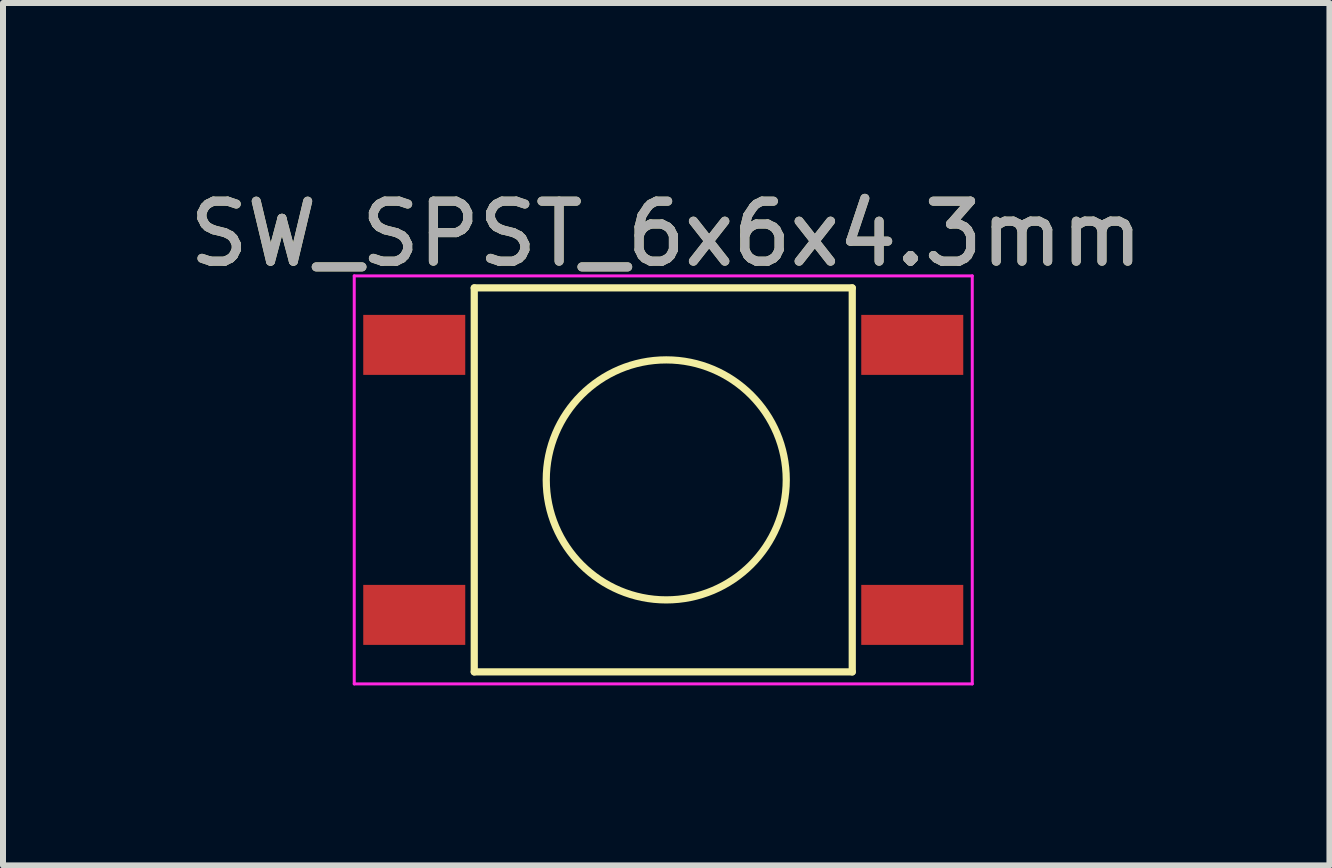
<source format=kicad_pcb>
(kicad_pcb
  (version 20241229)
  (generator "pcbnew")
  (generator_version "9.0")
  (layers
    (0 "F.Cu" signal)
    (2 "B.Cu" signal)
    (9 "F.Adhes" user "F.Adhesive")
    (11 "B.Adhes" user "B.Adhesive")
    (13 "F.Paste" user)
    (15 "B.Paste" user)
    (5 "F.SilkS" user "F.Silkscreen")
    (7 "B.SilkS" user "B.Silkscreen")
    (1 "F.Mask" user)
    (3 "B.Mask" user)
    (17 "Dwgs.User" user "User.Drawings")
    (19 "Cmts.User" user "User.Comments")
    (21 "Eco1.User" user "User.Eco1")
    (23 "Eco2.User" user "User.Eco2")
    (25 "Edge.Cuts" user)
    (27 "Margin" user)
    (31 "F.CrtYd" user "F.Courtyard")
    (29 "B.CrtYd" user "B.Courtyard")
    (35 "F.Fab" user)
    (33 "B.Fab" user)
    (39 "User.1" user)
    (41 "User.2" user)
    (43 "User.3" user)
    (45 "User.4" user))
  (footprint "SW_SPST_6x6x4.3mm"
    (layer "F.Cu")
    (at 8.054 4.948)
    (property "Reference" "SW_SPST_6x6x4.3mm" (at 0 -4.1 0) (layer "F.SilkS") (effects (font (size 1 1) (thickness 0.15))))
    (attr smd)
    (fp_line (start -3.2 -3.2) (end -3.2 3.2) (stroke (width 0.12) (type solid)) (layer "F.SilkS"))
    (fp_line (start -3.2 -3.2) (end 3.1 -3.2) (stroke (width 0.12) (type solid)) (layer "F.SilkS"))
    (fp_line (start -3.2 3.2) (end 3.1 3.2) (stroke (width 0.12) (type solid)) (layer "F.SilkS"))
    (fp_line (start 3.1 -3.2) (end 3.1 3.2) (stroke (width 0.12) (type solid)) (layer "F.SilkS"))
    (fp_circle (center 0 0) (end 0 -2) (stroke (width 0.12) (type solid)) (fill no) (layer "F.SilkS"))
    (fp_line (start -5.2 -3.4) (end 5.1 -3.4) (stroke (width 0.05) (type solid)) (layer "F.CrtYd"))
    (fp_line (start -5.2 3.4) (end -5.2 -3.4) (stroke (width 0.05) (type solid)) (layer "F.CrtYd"))
    (fp_line (start 5.1 -3.4) (end 5.1 3.4) (stroke (width 0.05) (type solid)) (layer "F.CrtYd"))
    (fp_line (start 5.1 3.4) (end -5.2 3.4) (stroke (width 0.05) (type solid)) (layer "F.CrtYd"))
    (fp_text user "${REFERENCE}" (at 0 -4.1 0) (layer "F.Fab") (effects (font (size 1 1) (thickness 0.15))))
    (pad "1" smd rect (at -4.2 -2.25) (size 1.7 1) (layers "F.Cu" "F.Mask" "F.Paste"))
    (pad "1" smd rect (at 4.1 -2.25) (size 1.7 1) (layers "F.Cu" "F.Mask" "F.Paste"))
    (pad "2" smd rect (at -4.2 2.25) (size 1.7 1) (layers "F.Cu" "F.Mask" "F.Paste"))
    (pad "2" smd rect (at 4.1 2.25) (size 1.7 1) (layers "F.Cu" "F.Mask" "F.Paste")))
  (gr_rect
    (start -3 -3)
    (end 19.107 11.373)
    (stroke (width 0.1) (type default))
    (fill no)
    (layer "Edge.Cuts")))
</source>
